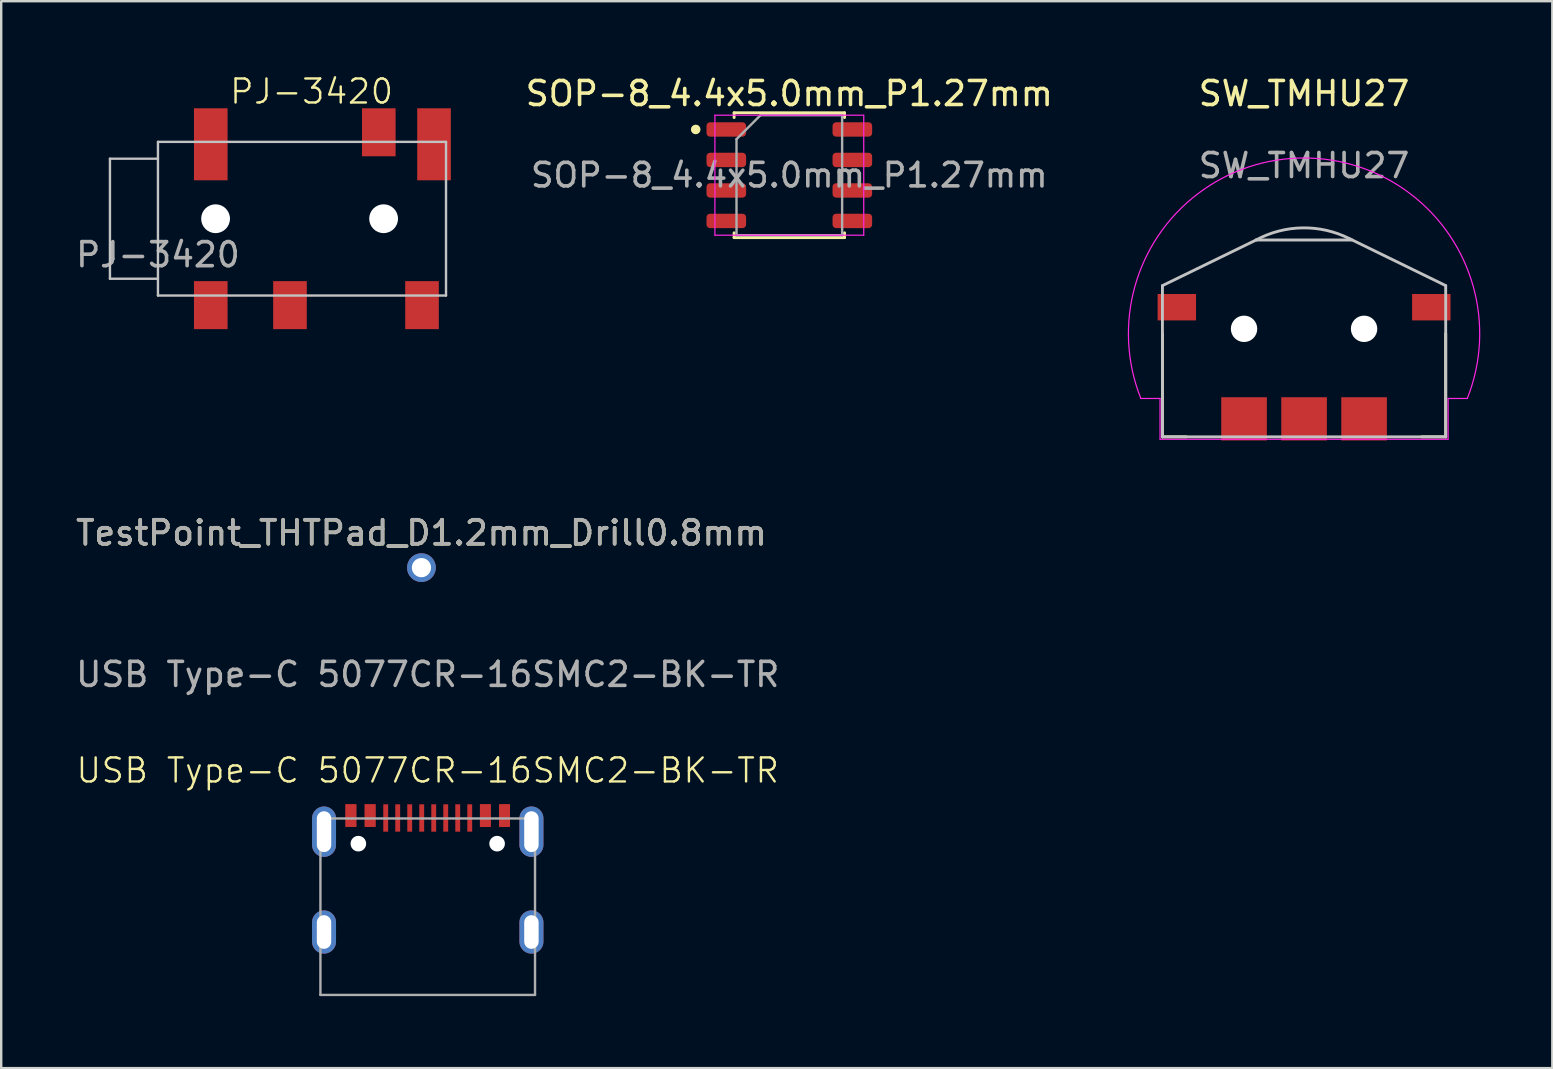
<source format=kicad_pcb>
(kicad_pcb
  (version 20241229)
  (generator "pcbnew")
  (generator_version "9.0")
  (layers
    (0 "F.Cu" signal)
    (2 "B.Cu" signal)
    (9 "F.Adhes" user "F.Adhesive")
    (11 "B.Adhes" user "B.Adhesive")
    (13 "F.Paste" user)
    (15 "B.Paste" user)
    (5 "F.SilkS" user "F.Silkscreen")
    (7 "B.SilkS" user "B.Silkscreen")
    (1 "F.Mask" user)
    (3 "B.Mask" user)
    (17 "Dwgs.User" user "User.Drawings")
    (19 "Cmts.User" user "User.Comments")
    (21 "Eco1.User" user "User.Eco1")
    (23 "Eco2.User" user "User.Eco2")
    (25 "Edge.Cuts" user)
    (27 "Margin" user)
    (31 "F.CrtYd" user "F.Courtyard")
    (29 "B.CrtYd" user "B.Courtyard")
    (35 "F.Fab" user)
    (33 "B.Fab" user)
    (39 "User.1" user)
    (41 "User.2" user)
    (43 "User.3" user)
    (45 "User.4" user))
  (footprint "PJ-3420"
    (layer "F.Cu")
    (at 3.53 6.061)
    (property "Reference" "PJ-3420" (at 6.4 -5.3 0) (unlocked yes) (layer "F.SilkS") (effects (font (size 1 1) (thickness 0.1))))
    (attr smd)
    (fp_line (start -2 -2.5) (end -2 2.5) (stroke (width 0.1) (type default)) (layer "Dwgs.User"))
    (fp_line (start -2 2.5) (end 0 2.5) (stroke (width 0.1) (type default)) (layer "Dwgs.User"))
    (fp_line (start 0 -3.2) (end 0 3.2) (stroke (width 0.1) (type default)) (layer "Dwgs.User"))
    (fp_line (start 0 -2.5) (end -2 -2.5) (stroke (width 0.1) (type default)) (layer "Dwgs.User"))
    (fp_line (start 0 3.2) (end 12 3.2) (stroke (width 0.1) (type default)) (layer "Dwgs.User"))
    (fp_line (start 12 -3.2) (end 0 -3.2) (stroke (width 0.1) (type default)) (layer "Dwgs.User"))
    (fp_line (start 12 3.2) (end 12 -3.2) (stroke (width 0.1) (type default)) (layer "Dwgs.User"))
    (fp_text user "${REFERENCE}" (at 0 1.5 0) (unlocked yes) (layer "F.Fab") (effects (font (size 1 1) (thickness 0.15))))
    (pad "" np_thru_hole circle (at 2.4 0) (size 1.2 1.2) (drill 1.2) (layers "*.Cu" "*.Mask"))
    (pad "" np_thru_hole circle (at 9.4 0) (size 1.2 1.2) (drill 1.2) (layers "*.Cu" "*.Mask"))
    (pad "R" smd rect (at 5.5 3.6) (size 1.4 2) (layers "F.Cu" "F.Mask" "F.Paste"))
    (pad "RN" smd rect (at 11 3.6) (size 1.4 2) (layers "F.Cu" "F.Mask" "F.Paste"))
    (pad "S" smd rect (at 2.2 -3.1) (size 1.4 3) (layers "F.Cu" "F.Mask" "F.Paste"))
    (pad "SN" smd rect (at 2.2 3.6) (size 1.4 2) (layers "F.Cu" "F.Mask" "F.Paste"))
    (pad "T" smd rect (at 9.2 -3.6) (size 1.4 2) (layers "F.Cu" "F.Mask" "F.Paste"))
    (pad "TN" smd rect (at 11.5 -3.1) (size 1.4 3) (layers "F.Cu" "F.Mask" "F.Paste")))
  (footprint "SW_TMHU27"
    (layer "F.Cu")
    (at 51.274 10.848)
    (property "Reference" "SW_TMHU27" (at 0 -10 0) (unlocked yes) (layer "F.SilkS") (effects (font (size 1 1) (thickness 0.15))))
    (attr smd)
    (fp_line (start -5.9 4.3) (end -5.9 0) (stroke (width 0.12) (type solid)) (layer "F.SilkS"))
    (fp_line (start -5.9 4.3) (end -4.9 4.3) (stroke (width 0.12) (type solid)) (layer "F.SilkS"))
    (fp_line (start 5.9 4.3) (end 4.9 4.3) (stroke (width 0.12) (type solid)) (layer "F.SilkS"))
    (fp_line (start 5.9 4.3) (end 5.9 0) (stroke (width 0.12) (type solid)) (layer "F.SilkS"))
    (fp_line (start -5.9 -2) (end -5.9 4.3) (stroke (width 0.12) (type solid)) (layer "Dwgs.User"))
    (fp_line (start -5.9 -2) (end -2 -3.9) (stroke (width 0.12) (type solid)) (layer "Dwgs.User"))
    (fp_line (start -5.9 4.3) (end 5.9 4.3) (stroke (width 0.12) (type solid)) (layer "Dwgs.User"))
    (fp_line (start -2 -3.9) (end 2 -3.9) (stroke (width 0.12) (type solid)) (layer "Dwgs.User"))
    (fp_line (start 1.881 -3.962) (end 5.9 -2) (stroke (width 0.12) (type solid)) (layer "Dwgs.User"))
    (fp_line (start 5.9 4.3) (end 5.9 -2) (stroke (width 0.12) (type solid)) (layer "Dwgs.User"))
    (fp_arc (start -2 -3.9) (mid -0.067091 -4.405413) (end 1.880957 -3.961914) (stroke (width 0.12) (type solid)) (layer "Dwgs.User"))
    (fp_line (start -6.8 2.7) (end -6 2.7) (stroke (width 0.05) (type solid)) (layer "F.CrtYd"))
    (fp_line (start -6 2.7) (end -6 4.4) (stroke (width 0.05) (type solid)) (layer "F.CrtYd"))
    (fp_line (start -6 4.4) (end 6 4.4) (stroke (width 0.05) (type solid)) (layer "F.CrtYd"))
    (fp_line (start 6 2.7) (end 6.8 2.7) (stroke (width 0.05) (type solid)) (layer "F.CrtYd"))
    (fp_line (start 6 4.4) (end 6 2.7) (stroke (width 0.05) (type solid)) (layer "F.CrtYd"))
    (fp_arc (start -6.799999 2.7) (mid 0 -7.316419) (end 6.799999 2.7) (stroke (width 0.05) (type solid)) (layer "F.CrtYd"))
    (fp_text user "${REFERENCE}" (at 0 -7 0) (unlocked yes) (layer "F.Fab") (effects (font (size 1 1) (thickness 0.15))))
    (pad "" np_thru_hole circle (at -2.5 -0.2) (size 1.1 1.1) (drill 1.1) (layers "*.Cu" "*.Mask"))
    (pad "" np_thru_hole circle (at 2.5 -0.2) (size 1.1 1.1) (drill 1.1) (layers "*.Cu" "*.Mask"))
    (pad "1" smd rect (at -2.5 3.55) (size 1.9 1.8) (layers "F.Cu" "F.Mask" "F.Paste"))
    (pad "2" smd rect (at 0 3.55) (size 1.9 1.8) (layers "F.Cu" "F.Mask" "F.Paste"))
    (pad "3" smd rect (at 2.5 3.55) (size 1.9 1.8) (layers "F.Cu" "F.Mask" "F.Paste"))
    (pad "4" smd rect (at 5.3 -1.1) (size 1.6 1.1) (layers "F.Cu" "F.Mask" "F.Paste"))
    (pad "5" smd rect (at -5.3 -1.1) (size 1.6 1.1) (layers "F.Cu" "F.Mask" "F.Paste")))
  (footprint "SOP-8_4.4x5.0mm_P1.27mm"
    (layer "F.Cu")
    (at 29.831 4.248)
    (property "Reference" "SOP-8_4.4x5.0mm_P1.27mm" (at 0 -3.4 0) (layer "F.SilkS") (effects (font (size 1 1) (thickness 0.15))))
    (attr smd)
    (fp_line (start -2.3 -2.6) (end -2.3 -2.4) (stroke (width 0.12) (type solid)) (layer "F.SilkS"))
    (fp_line (start -2.3 2.6) (end -2.3 2.4) (stroke (width 0.12) (type solid)) (layer "F.SilkS"))
    (fp_line (start 2.3 -2.6) (end -2.3 -2.6) (stroke (width 0.12) (type solid)) (layer "F.SilkS"))
    (fp_line (start 2.3 -2.6) (end 2.3 -2.4) (stroke (width 0.12) (type solid)) (layer "F.SilkS"))
    (fp_line (start 2.3 2.6) (end -2.3 2.6) (stroke (width 0.12) (type solid)) (layer "F.SilkS"))
    (fp_line (start 2.3 2.6) (end 2.3 2.4) (stroke (width 0.12) (type solid)) (layer "F.SilkS"))
    (fp_circle (center -3.9 -1.905) (end -3.8 -1.905) (stroke (width 0.2) (type default)) (fill no) (layer "F.SilkS"))
    (fp_line (start -3.1 -2.5) (end -3.1 2.5) (stroke (width 0.05) (type solid)) (layer "F.CrtYd"))
    (fp_line (start -3.1 2.5) (end 3.1 2.5) (stroke (width 0.05) (type solid)) (layer "F.CrtYd"))
    (fp_line (start 3.1 -2.5) (end -3.1 -2.5) (stroke (width 0.05) (type solid)) (layer "F.CrtYd"))
    (fp_line (start 3.1 2.5) (end 3.1 -2.5) (stroke (width 0.05) (type solid)) (layer "F.CrtYd"))
    (fp_line (start -2.2 -1.5) (end -1.2 -2.5) (stroke (width 0.1) (type solid)) (layer "F.Fab"))
    (fp_line (start -2.2 2.5) (end -2.2 -1.5) (stroke (width 0.1) (type solid)) (layer "F.Fab"))
    (fp_line (start -1.2 -2.5) (end 2.2 -2.5) (stroke (width 0.1) (type solid)) (layer "F.Fab"))
    (fp_line (start 2.2 -2.5) (end 2.2 2.5) (stroke (width 0.1) (type solid)) (layer "F.Fab"))
    (fp_line (start 2.2 2.5) (end -2.2 2.5) (stroke (width 0.1) (type solid)) (layer "F.Fab"))
    (fp_text user "${REFERENCE}" (at 0 0 0) (layer "F.Fab") (effects (font (size 0.98 0.98) (thickness 0.15))))
    (pad "1" smd roundrect (at -2.625 -1.905) (size 1.65 0.6) (layers "F.Cu" "F.Mask" "F.Paste") (roundrect_rratio 0.25))
    (pad "2" smd roundrect (at -2.625 -0.635) (size 1.65 0.6) (layers "F.Cu" "F.Mask" "F.Paste") (roundrect_rratio 0.25))
    (pad "3" smd roundrect (at -2.625 0.635) (size 1.65 0.6) (layers "F.Cu" "F.Mask" "F.Paste") (roundrect_rratio 0.25))
    (pad "4" smd roundrect (at -2.625 1.905) (size 1.65 0.6) (layers "F.Cu" "F.Mask" "F.Paste") (roundrect_rratio 0.25))
    (pad "5" smd roundrect (at 2.625 1.905) (size 1.65 0.6) (layers "F.Cu" "F.Mask" "F.Paste") (roundrect_rratio 0.25))
    (pad "6" smd roundrect (at 2.625 0.635) (size 1.65 0.6) (layers "F.Cu" "F.Mask" "F.Paste") (roundrect_rratio 0.25))
    (pad "7" smd roundrect (at 2.625 -0.635) (size 1.65 0.6) (layers "F.Cu" "F.Mask" "F.Paste") (roundrect_rratio 0.25))
    (pad "8" smd roundrect (at 2.625 -1.905) (size 1.65 0.6) (layers "F.Cu" "F.Mask" "F.Paste") (roundrect_rratio 0.25)))
  (footprint "TestPoint_THTPad_D1.2mm_Drill0.8mm"
    (layer "F.Cu")
    (at 14.506 20.596)
    (property "Reference" "TestPoint_THTPad_D1.2mm_Drill0.8mm" (at 0 -1.448 0) (layer "F.SilkS") (effects (font (size 1 1) (thickness 0.15))))
    (attr exclude_from_pos_files exclude_from_bom)
    (fp_text user "${REFERENCE}" (at 0 -1.45 0) (layer "F.Fab") (effects (font (size 1 1) (thickness 0.15))))
    (pad "1" thru_hole circle (at 0 0) (size 1.2 1.2) (drill 0.8) (layers "*.Cu" "*.Mask")))
  (footprint "USB Type-C 5077CR-16SMC2-BK-TR"
    (layer "F.Cu")
    (at 14.768 31.045)
    (property "Reference" "USB Type-C 5077CR-16SMC2-BK-TR" (at 0 -2 0) (unlocked yes) (layer "F.SilkS") (effects (font (size 1 1) (thickness 0.1))))
    (attr smd)
    (fp_line (start -4.47 0) (end 4.47 0) (stroke (width 0.1) (type default)) (layer "F.Fab"))
    (fp_line (start -4.47 7.35) (end -4.47 0) (stroke (width 0.1) (type default)) (layer "F.Fab"))
    (fp_line (start 4.47 0) (end 4.47 7.35) (stroke (width 0.1) (type default)) (layer "F.Fab"))
    (fp_line (start 4.47 7.35) (end -4.47 7.35) (stroke (width 0.1) (type default)) (layer "F.Fab"))
    (fp_text user "${REFERENCE}" (at 0 -6 0) (unlocked yes) (layer "F.Fab") (effects (font (size 1 1) (thickness 0.15))))
    (pad "" thru_hole oval (at -4.32 4.73) (size 1 1.8) (drill oval 0.6 1.4) (layers "*.Cu" "*.Mask"))
    (pad "" np_thru_hole circle (at -2.89 1.05) (size 0.65 0.65) (drill 0.65) (layers "*.Cu" "*.Mask"))
    (pad "" np_thru_hole circle (at 2.89 1.05) (size 0.65 0.65) (drill 0.65) (layers "*.Cu" "*.Mask"))
    (pad "" thru_hole oval (at 4.32 0.55) (size 1 2.1) (drill oval 0.6 1.7) (layers "*.Cu" "*.Mask"))
    (pad "" thru_hole oval (at 4.32 4.73) (size 1 1.8) (drill oval 0.6 1.4) (layers "*.Cu" "*.Mask"))
    (pad "A1" smd rect (at -3.2 -0.12) (size 0.45 0.94) (layers "F.Cu" "F.Mask" "F.Paste"))
    (pad "A4" smd rect (at -2.4 -0.12) (size 0.45 0.94) (layers "F.Cu" "F.Mask" "F.Paste"))
    (pad "A5" smd rect (at -1.25 -0.02) (size 0.203 1.14) (layers "F.Cu" "F.Mask" "F.Paste"))
    (pad "A6" smd rect (at -0.25 -0.02) (size 0.203 1.14) (layers "F.Cu" "F.Mask" "F.Paste"))
    (pad "A7" smd rect (at 0.25 -0.02) (size 0.203 1.14) (layers "F.Cu" "F.Mask" "F.Paste"))
    (pad "A8" smd rect (at 1.25 -0.02) (size 0.203 1.14) (layers "F.Cu" "F.Mask" "F.Paste"))
    (pad "A9" smd rect (at 2.4 -0.12) (size 0.45 0.94) (layers "F.Cu" "F.Mask" "F.Paste"))
    (pad "A12" smd rect (at 3.2 -0.12) (size 0.45 0.94) (layers "F.Cu" "F.Mask" "F.Paste"))
    (pad "B1" smd rect (at 3.2 -0.12) (size 0.45 0.94) (layers "F.Cu" "F.Mask" "F.Paste"))
    (pad "B4" smd rect (at 2.4 -0.12) (size 0.45 0.94) (layers "F.Cu" "F.Mask" "F.Paste"))
    (pad "B5" smd rect (at 1.75 -0.02) (size 0.203 1.14) (layers "F.Cu" "F.Mask" "F.Paste"))
    (pad "B6" smd rect (at 0.75 -0.02) (size 0.203 1.14) (layers "F.Cu" "F.Mask" "F.Paste"))
    (pad "B7" smd rect (at -0.75 -0.02) (size 0.203 1.14) (layers "F.Cu" "F.Mask" "F.Paste"))
    (pad "B8" smd rect (at -1.75 -0.02) (size 0.203 1.14) (layers "F.Cu" "F.Mask" "F.Paste"))
    (pad "B9" smd rect (at -2.4 -0.12) (size 0.45 0.94) (layers "F.Cu" "F.Mask" "F.Paste"))
    (pad "B12" smd rect (at -3.2 -0.12) (size 0.45 0.94) (layers "F.Cu" "F.Mask" "F.Paste"))
    (pad "S1" thru_hole oval (at -4.32 0.55) (size 1 2.1) (drill oval 0.6 1.7) (layers "*.Cu" "*.Mask")))
  (gr_rect
    (start -3 -3)
    (end 61.615 41.445)
    (stroke (width 0.1) (type default))
    (fill no)
    (layer "Edge.Cuts")))
</source>
